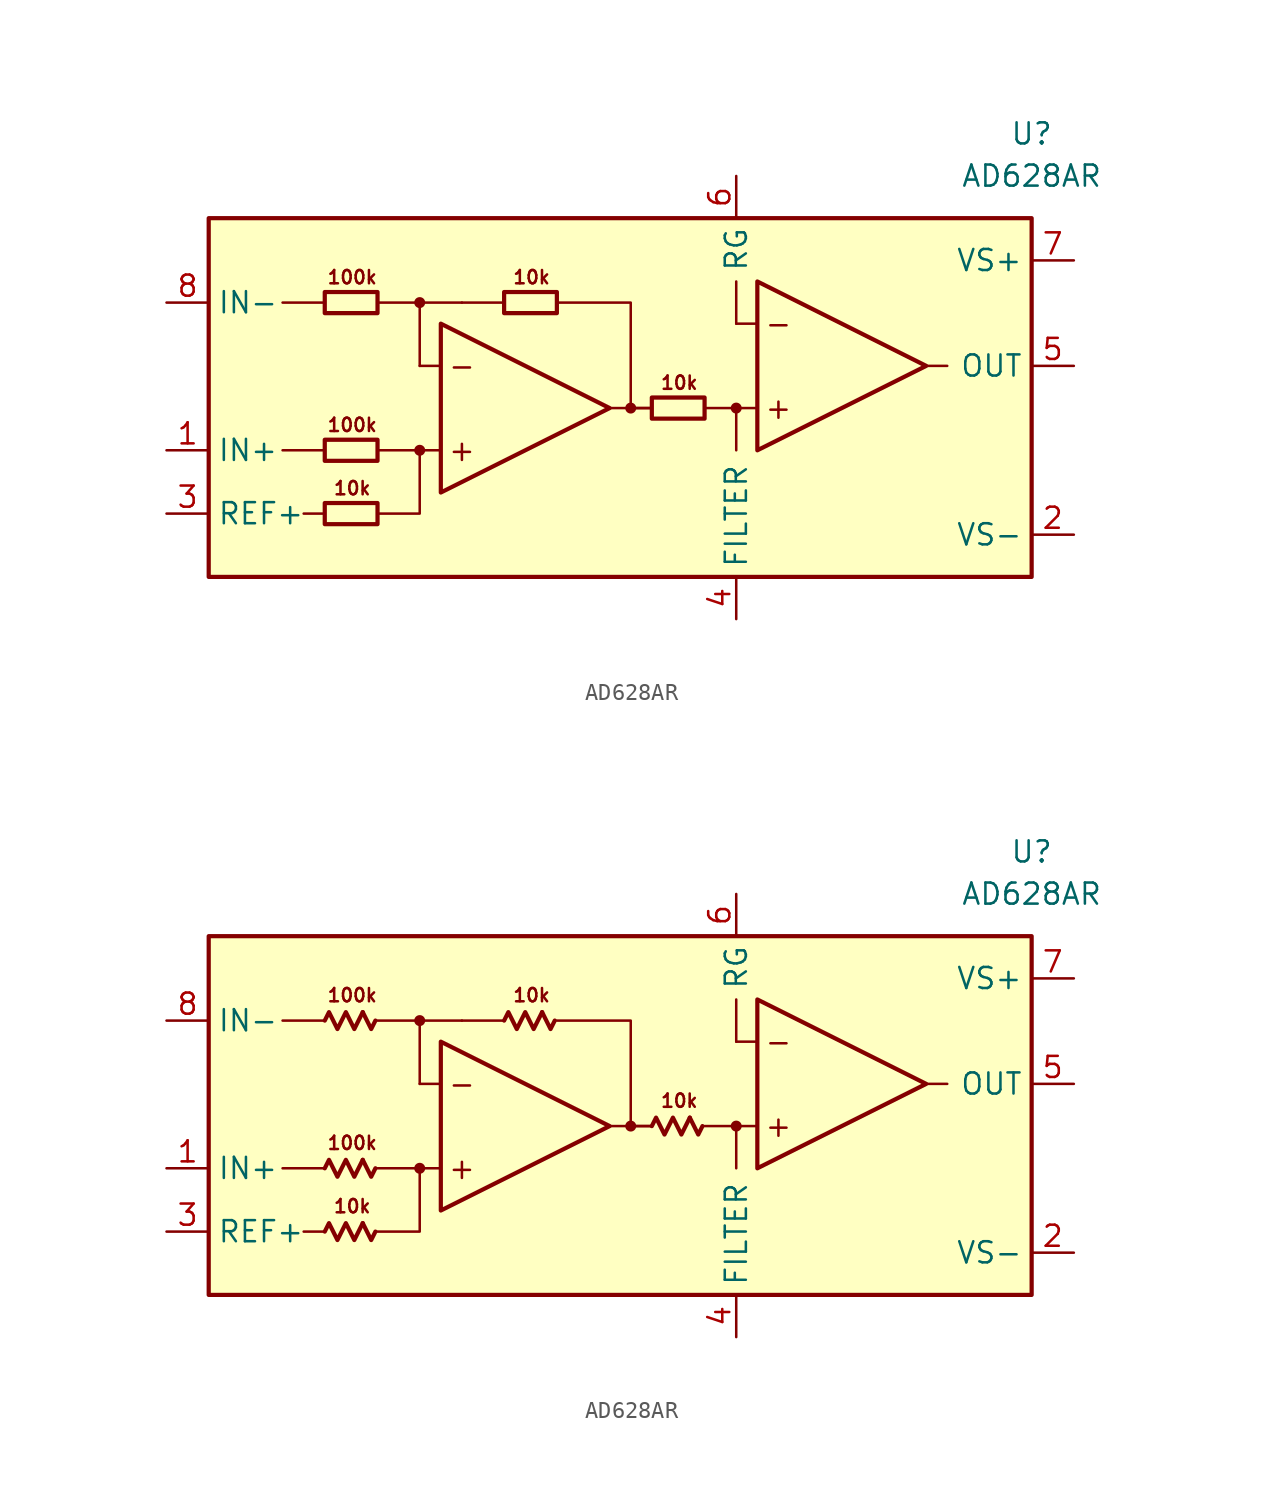
<source format=kicad_sym>
(kicad_symbol_lib
  (version 20231120)
  (generator "kicad_symbol_editor")
  (generator_version "8.0")
  (symbol "AD628AR"
    (property "Reference" "U"
      (at 24.13 15.24 0)
      (effects (font (size 1.27 1.27))))
    (property "Value" "AD628AR"
      (at 24.13 12.7 0)
      (effects (font (size 1.27 1.27))))
    (symbol "AD628AR_0_0"
      (rectangle (start -25.4 10.16) (end 24.13 -11.43) (stroke (width 0.254) (type default)) (fill (type background)))
      (circle (center -12.7 -3.81) (radius 0.254) (stroke (width 0.152) (type default)) (fill (type outline)))
      (circle (center -12.7 5.08) (radius 0.254) (stroke (width 0.152) (type default)) (fill (type outline)))
      (circle (center 0 -1.27) (radius 0.254) (stroke (width 0.152) (type default)) (fill (type outline)))
      (polyline (pts (xy -18.415 -7.62) (xy -19.685 -7.62)) (stroke (width 0.152) (type default)) (fill (type none)))
      (polyline (pts (xy -18.415 -3.81) (xy -20.955 -3.81)) (stroke (width 0.152) (type default)) (fill (type none)))
      (polyline (pts (xy -18.415 5.08) (xy -20.955 5.08)) (stroke (width 0.152) (type default)) (fill (type none)))
      (polyline (pts (xy -12.7 1.27) (xy -12.7 5.08)) (stroke (width 0.152) (type default)) (fill (type none)))
      (polyline (pts (xy -11.43 -3.81) (xy -15.24 -3.81)) (stroke (width 0.152) (type default)) (fill (type none)))
      (polyline (pts (xy -11.43 1.27) (xy -12.7 1.27)) (stroke (width 0.152) (type default)) (fill (type none)))
      (polyline (pts (xy -10.16 5.08) (xy -15.24 5.08)) (stroke (width 0.152) (type default)) (fill (type none)))
      (polyline (pts (xy -7.62 5.08) (xy -10.16 5.08)) (stroke (width 0.152) (type default)) (fill (type none)))
      (polyline (pts (xy 0 -1.27) (xy 1.27 -1.27)) (stroke (width 0.152) (type default)) (fill (type none)))
      (polyline (pts (xy 1.27 -1.27) (xy -1.27 -1.27)) (stroke (width 0.152) (type default)) (fill (type none)))
      (polyline (pts (xy 4.445 -1.27) (xy 6.35 -1.27)) (stroke (width 0.152) (type default)) (fill (type none)))
      (polyline (pts (xy 6.35 -1.27) (xy 6.35 -3.81)) (stroke (width 0.152) (type default)) (fill (type none)))
      (polyline (pts (xy 6.35 3.81) (xy 6.35 6.35)) (stroke (width 0.152) (type default)) (fill (type none)))
      (polyline (pts (xy 7.62 -1.27) (xy 6.35 -1.27)) (stroke (width 0.152) (type default)) (fill (type none)))
      (polyline (pts (xy 7.62 3.81) (xy 6.35 3.81)) (stroke (width 0.152) (type default)) (fill (type none)))
      (polyline (pts (xy 17.78 1.27) (xy 19.05 1.27)) (stroke (width 0.152) (type default)) (fill (type none)))
      (polyline (pts (xy -15.24 -7.62) (xy -12.7 -7.62) (xy -12.7 -3.81)) (stroke (width 0.152) (type default)) (fill (type none)))
      (polyline (pts (xy -11.43 3.81) (xy -11.43 -6.35) (xy -1.27 -1.27) (xy -11.43 3.81)) (stroke (width 0.254) (type default)) (fill (type none)))
      (polyline (pts (xy -4.445 5.08) (xy 0 5.08) (xy 0 -1.27) (xy 0 -1.27)) (stroke (width 0.152) (type default)) (fill (type none)))
      (polyline (pts (xy 7.62 6.35) (xy 7.62 -3.81) (xy 17.78 1.27) (xy 7.62 6.35)) (stroke (width 0.254) (type default)) (fill (type none)))
      (circle (center 6.35 -1.27) (radius 0.254) (stroke (width 0.152) (type default)) (fill (type outline)))
      (text "+" (at -10.16 -3.81 0) (effects (font (size 1.27 1.27))))
      (text "+" (at 8.89 -1.27 0) (effects (font (size 1.27 1.27))))
      (text "-" (at -10.16 1.27 0) (effects (font (size 1.27 1.27))))
      (text "-" (at 8.89 3.81 0) (effects (font (size 1.27 1.27))))
      (text "100k" (at -16.764 -2.286 0) (effects (font (size 0.8 0.8))))
      (text "100k" (at -16.764 6.604 0) (effects (font (size 0.8 0.8))))
      (text "10k" (at -16.764 -6.096 0) (effects (font (size 0.8 0.8))))
      (text "10k" (at -5.969 6.604 0) (effects (font (size 0.8 0.8))))
      (text "10k" (at 2.921 0.254 0) (effects (font (size 0.8 0.8)))))
    (symbol "AD628AR_0_1"
      (rectangle (start -18.415 -6.985) (end -15.24 -8.255) (stroke (width 0.254) (type default)) (fill (type none)))
      (rectangle (start -18.415 -3.175) (end -15.24 -4.445) (stroke (width 0.254) (type default)) (fill (type none)))
      (rectangle (start -18.415 5.715) (end -15.24 4.445) (stroke (width 0.254) (type default)) (fill (type none)))
      (rectangle (start -7.62 5.715) (end -4.445 4.445) (stroke (width 0.254) (type default)) (fill (type none)))
      (rectangle (start 1.27 -0.635) (end 4.445 -1.905) (stroke (width 0.254) (type default)) (fill (type none))))
    (symbol "AD628AR_0_2"
      (polyline (pts (xy -16.129 -7.112) (xy -15.621 -8.128) (xy -15.367 -7.62)) (stroke (width 0.254) (type default)) (fill (type none)))
      (polyline (pts (xy -16.129 -3.302) (xy -15.621 -4.318) (xy -15.367 -3.81)) (stroke (width 0.254) (type default)) (fill (type none)))
      (polyline (pts (xy -16.129 5.588) (xy -15.621 4.572) (xy -15.367 5.08)) (stroke (width 0.254) (type default)) (fill (type none)))
      (polyline (pts (xy -5.334 5.588) (xy -4.826 4.572) (xy -4.572 5.08)) (stroke (width 0.254) (type default)) (fill (type none)))
      (polyline (pts (xy 3.556 -0.762) (xy 4.064 -1.778) (xy 4.318 -1.27)) (stroke (width 0.254) (type default)) (fill (type none)))
      (polyline (pts (xy -18.415 -7.62) (xy -18.161 -7.112) (xy -17.653 -8.128) (xy -17.145 -7.112) (xy -16.637 -8.128) (xy -16.129 -7.112)) (stroke (width 0.254) (type default)) (fill (type none)))
      (polyline (pts (xy -18.415 -3.81) (xy -18.161 -3.302) (xy -17.653 -4.318) (xy -17.145 -3.302) (xy -16.637 -4.318) (xy -16.129 -3.302)) (stroke (width 0.254) (type default)) (fill (type none)))
      (polyline (pts (xy -18.415 5.08) (xy -18.161 5.588) (xy -17.653 4.572) (xy -17.145 5.588) (xy -16.637 4.572) (xy -16.129 5.588)) (stroke (width 0.254) (type default)) (fill (type none)))
      (polyline (pts (xy -7.62 5.08) (xy -7.366 5.588) (xy -6.858 4.572) (xy -6.35 5.588) (xy -5.842 4.572) (xy -5.334 5.588)) (stroke (width 0.254) (type default)) (fill (type none)))
      (polyline (pts (xy 1.27 -1.27) (xy 1.524 -0.762) (xy 2.032 -1.778) (xy 2.54 -0.762) (xy 3.048 -1.778) (xy 3.556 -0.762)) (stroke (width 0.254) (type default)) (fill (type none))))
    (symbol "AD628AR_1_1"
      (pin input line (at -27.94 -3.81 0) (length 2.54) (name "IN+" (effects (font (size 1.27 1.27)))) (number "1" (effects (font (size 1.27 1.27)))))
      (pin power_in line (at 26.67 -8.89 180) (length 2.54) (name "VS-" (effects (font (size 1.27 1.27)))) (number "2" (effects (font (size 1.27 1.27)))))
      (pin input line (at -27.94 -7.62 0) (length 2.54) (name "REF+" (effects (font (size 1.27 1.27)))) (number "3" (effects (font (size 1.27 1.27)))))
      (pin passive line (at 6.35 -13.97 90) (length 2.54) (name "FILTER" (effects (font (size 1.27 1.27)))) (number "4" (effects (font (size 1.27 1.27)))))
      (pin output line (at 26.67 1.27 180) (length 2.54) (name "OUT" (effects (font (size 1.27 1.27)))) (number "5" (effects (font (size 1.27 1.27)))))
      (pin passive line (at 6.35 12.7 270) (length 2.54) (name "RG" (effects (font (size 1.27 1.27)))) (number "6" (effects (font (size 1.27 1.27)))))
      (pin power_in line (at 26.67 7.62 180) (length 2.54) (name "VS+" (effects (font (size 1.27 1.27)))) (number "7" (effects (font (size 1.27 1.27)))))
      (pin input line (at -27.94 5.08 0) (length 2.54) (name "IN-" (effects (font (size 1.27 1.27)))) (number "8" (effects (font (size 1.27 1.27))))))
    (symbol "AD628AR_1_2"
      (pin input line (at -27.94 -3.81 0) (length 2.54) (name "IN+" (effects (font (size 1.27 1.27)))) (number "1" (effects (font (size 1.27 1.27)))))
      (pin power_in line (at 26.67 -8.89 180) (length 2.54) (name "VS-" (effects (font (size 1.27 1.27)))) (number "2" (effects (font (size 1.27 1.27)))))
      (pin input line (at -27.94 -7.62 0) (length 2.54) (name "REF+" (effects (font (size 1.27 1.27)))) (number "3" (effects (font (size 1.27 1.27)))))
      (pin passive line (at 6.35 -13.97 90) (length 2.54) (name "FILTER" (effects (font (size 1.27 1.27)))) (number "4" (effects (font (size 1.27 1.27)))))
      (pin output line (at 26.67 1.27 180) (length 2.54) (name "OUT" (effects (font (size 1.27 1.27)))) (number "5" (effects (font (size 1.27 1.27)))))
      (pin passive line (at 6.35 12.7 270) (length 2.54) (name "RG" (effects (font (size 1.27 1.27)))) (number "6" (effects (font (size 1.27 1.27)))))
      (pin power_in line (at 26.67 7.62 180) (length 2.54) (name "VS+" (effects (font (size 1.27 1.27)))) (number "7" (effects (font (size 1.27 1.27)))))
      (pin input line (at -27.94 5.08 0) (length 2.54) (name "IN-" (effects (font (size 1.27 1.27)))) (number "8" (effects (font (size 1.27 1.27))))))))
</source>
